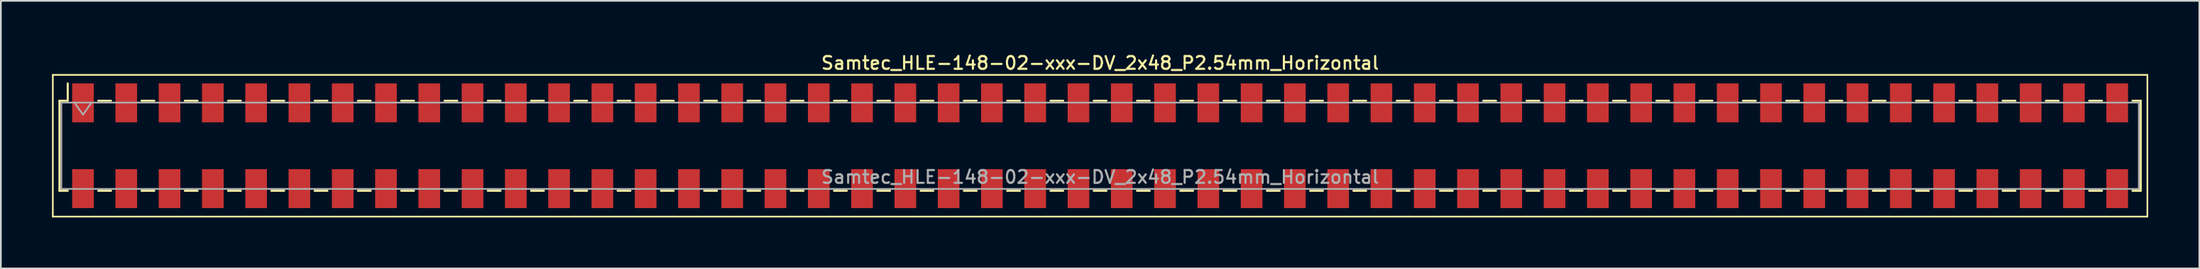
<source format=kicad_pcb>
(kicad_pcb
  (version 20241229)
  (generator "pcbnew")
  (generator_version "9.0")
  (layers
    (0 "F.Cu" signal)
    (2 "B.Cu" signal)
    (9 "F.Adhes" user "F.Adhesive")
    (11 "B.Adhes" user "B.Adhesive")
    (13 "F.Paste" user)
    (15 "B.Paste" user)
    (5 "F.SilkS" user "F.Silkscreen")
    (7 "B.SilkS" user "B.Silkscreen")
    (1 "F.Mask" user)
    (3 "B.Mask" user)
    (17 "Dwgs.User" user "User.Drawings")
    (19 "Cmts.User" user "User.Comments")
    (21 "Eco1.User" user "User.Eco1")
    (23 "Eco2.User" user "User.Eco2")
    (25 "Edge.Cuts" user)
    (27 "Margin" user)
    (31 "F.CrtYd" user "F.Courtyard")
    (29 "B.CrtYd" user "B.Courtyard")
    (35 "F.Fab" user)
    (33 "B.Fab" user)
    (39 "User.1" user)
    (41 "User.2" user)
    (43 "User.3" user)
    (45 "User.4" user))
  (footprint "Samtec_HLE-148-02-xxx-DV_2x48_P2.54mm_Horizontal"
    (layer "F.Cu")
    (at 61.51 5.528)
    (property "Reference" "Samtec_HLE-148-02-xxx-DV_2x48_P2.54mm_Horizontal" (at 0 -4.87 0) (layer "F.SilkS") (effects (font (size 0.75 0.75) (thickness 0.125))))
    (attr smd)
    (fp_line (start -61.46 -4.17) (end 61.46 -4.17) (stroke (width 0.1) (type solid)) (layer "F.SilkS"))
    (fp_line (start -61.46 4.17) (end -61.46 -4.17) (stroke (width 0.1) (type solid)) (layer "F.SilkS"))
    (fp_line (start -61.07 -2.65) (end -61.07 2.65) (stroke (width 0.12) (type solid)) (layer "F.SilkS"))
    (fp_line (start -61.07 2.65) (end -60.585 2.65) (stroke (width 0.12) (type solid)) (layer "F.SilkS"))
    (fp_line (start -60.585 -3.67) (end -60.585 -2.65) (stroke (width 0.12) (type solid)) (layer "F.SilkS"))
    (fp_line (start -60.585 -2.65) (end -61.07 -2.65) (stroke (width 0.12) (type solid)) (layer "F.SilkS"))
    (fp_line (start -58.795 -2.65) (end -58.045 -2.65) (stroke (width 0.12) (type solid)) (layer "F.SilkS"))
    (fp_line (start -58.795 2.65) (end -58.045 2.65) (stroke (width 0.12) (type solid)) (layer "F.SilkS"))
    (fp_line (start -56.255 -2.65) (end -55.505 -2.65) (stroke (width 0.12) (type solid)) (layer "F.SilkS"))
    (fp_line (start -56.255 2.65) (end -55.505 2.65) (stroke (width 0.12) (type solid)) (layer "F.SilkS"))
    (fp_line (start -53.715 -2.65) (end -52.965 -2.65) (stroke (width 0.12) (type solid)) (layer "F.SilkS"))
    (fp_line (start -53.715 2.65) (end -52.965 2.65) (stroke (width 0.12) (type solid)) (layer "F.SilkS"))
    (fp_line (start -51.175 -2.65) (end -50.425 -2.65) (stroke (width 0.12) (type solid)) (layer "F.SilkS"))
    (fp_line (start -51.175 2.65) (end -50.425 2.65) (stroke (width 0.12) (type solid)) (layer "F.SilkS"))
    (fp_line (start -48.635 -2.65) (end -47.885 -2.65) (stroke (width 0.12) (type solid)) (layer "F.SilkS"))
    (fp_line (start -48.635 2.65) (end -47.885 2.65) (stroke (width 0.12) (type solid)) (layer "F.SilkS"))
    (fp_line (start -46.095 -2.65) (end -45.345 -2.65) (stroke (width 0.12) (type solid)) (layer "F.SilkS"))
    (fp_line (start -46.095 2.65) (end -45.345 2.65) (stroke (width 0.12) (type solid)) (layer "F.SilkS"))
    (fp_line (start -43.555 -2.65) (end -42.805 -2.65) (stroke (width 0.12) (type solid)) (layer "F.SilkS"))
    (fp_line (start -43.555 2.65) (end -42.805 2.65) (stroke (width 0.12) (type solid)) (layer "F.SilkS"))
    (fp_line (start -41.015 -2.65) (end -40.265 -2.65) (stroke (width 0.12) (type solid)) (layer "F.SilkS"))
    (fp_line (start -41.015 2.65) (end -40.265 2.65) (stroke (width 0.12) (type solid)) (layer "F.SilkS"))
    (fp_line (start -38.475 -2.65) (end -37.725 -2.65) (stroke (width 0.12) (type solid)) (layer "F.SilkS"))
    (fp_line (start -38.475 2.65) (end -37.725 2.65) (stroke (width 0.12) (type solid)) (layer "F.SilkS"))
    (fp_line (start -35.935 -2.65) (end -35.185 -2.65) (stroke (width 0.12) (type solid)) (layer "F.SilkS"))
    (fp_line (start -35.935 2.65) (end -35.185 2.65) (stroke (width 0.12) (type solid)) (layer "F.SilkS"))
    (fp_line (start -33.395 -2.65) (end -32.645 -2.65) (stroke (width 0.12) (type solid)) (layer "F.SilkS"))
    (fp_line (start -33.395 2.65) (end -32.645 2.65) (stroke (width 0.12) (type solid)) (layer "F.SilkS"))
    (fp_line (start -30.855 -2.65) (end -30.105 -2.65) (stroke (width 0.12) (type solid)) (layer "F.SilkS"))
    (fp_line (start -30.855 2.65) (end -30.105 2.65) (stroke (width 0.12) (type solid)) (layer "F.SilkS"))
    (fp_line (start -28.315 -2.65) (end -27.565 -2.65) (stroke (width 0.12) (type solid)) (layer "F.SilkS"))
    (fp_line (start -28.315 2.65) (end -27.565 2.65) (stroke (width 0.12) (type solid)) (layer "F.SilkS"))
    (fp_line (start -25.775 -2.65) (end -25.025 -2.65) (stroke (width 0.12) (type solid)) (layer "F.SilkS"))
    (fp_line (start -25.775 2.65) (end -25.025 2.65) (stroke (width 0.12) (type solid)) (layer "F.SilkS"))
    (fp_line (start -23.235 -2.65) (end -22.485 -2.65) (stroke (width 0.12) (type solid)) (layer "F.SilkS"))
    (fp_line (start -23.235 2.65) (end -22.485 2.65) (stroke (width 0.12) (type solid)) (layer "F.SilkS"))
    (fp_line (start -20.695 -2.65) (end -19.945 -2.65) (stroke (width 0.12) (type solid)) (layer "F.SilkS"))
    (fp_line (start -20.695 2.65) (end -19.945 2.65) (stroke (width 0.12) (type solid)) (layer "F.SilkS"))
    (fp_line (start -18.155 -2.65) (end -17.405 -2.65) (stroke (width 0.12) (type solid)) (layer "F.SilkS"))
    (fp_line (start -18.155 2.65) (end -17.405 2.65) (stroke (width 0.12) (type solid)) (layer "F.SilkS"))
    (fp_line (start -15.615 -2.65) (end -14.865 -2.65) (stroke (width 0.12) (type solid)) (layer "F.SilkS"))
    (fp_line (start -15.615 2.65) (end -14.865 2.65) (stroke (width 0.12) (type solid)) (layer "F.SilkS"))
    (fp_line (start -13.075 -2.65) (end -12.325 -2.65) (stroke (width 0.12) (type solid)) (layer "F.SilkS"))
    (fp_line (start -13.075 2.65) (end -12.325 2.65) (stroke (width 0.12) (type solid)) (layer "F.SilkS"))
    (fp_line (start -10.535 -2.65) (end -9.785 -2.65) (stroke (width 0.12) (type solid)) (layer "F.SilkS"))
    (fp_line (start -10.535 2.65) (end -9.785 2.65) (stroke (width 0.12) (type solid)) (layer "F.SilkS"))
    (fp_line (start -7.995 -2.65) (end -7.245 -2.65) (stroke (width 0.12) (type solid)) (layer "F.SilkS"))
    (fp_line (start -7.995 2.65) (end -7.245 2.65) (stroke (width 0.12) (type solid)) (layer "F.SilkS"))
    (fp_line (start -5.455 -2.65) (end -4.705 -2.65) (stroke (width 0.12) (type solid)) (layer "F.SilkS"))
    (fp_line (start -5.455 2.65) (end -4.705 2.65) (stroke (width 0.12) (type solid)) (layer "F.SilkS"))
    (fp_line (start -2.915 -2.65) (end -2.165 -2.65) (stroke (width 0.12) (type solid)) (layer "F.SilkS"))
    (fp_line (start -2.915 2.65) (end -2.165 2.65) (stroke (width 0.12) (type solid)) (layer "F.SilkS"))
    (fp_line (start -0.375 -2.65) (end 0.375 -2.65) (stroke (width 0.12) (type solid)) (layer "F.SilkS"))
    (fp_line (start -0.375 2.65) (end 0.375 2.65) (stroke (width 0.12) (type solid)) (layer "F.SilkS"))
    (fp_line (start 2.165 -2.65) (end 2.915 -2.65) (stroke (width 0.12) (type solid)) (layer "F.SilkS"))
    (fp_line (start 2.165 2.65) (end 2.915 2.65) (stroke (width 0.12) (type solid)) (layer "F.SilkS"))
    (fp_line (start 4.705 -2.65) (end 5.455 -2.65) (stroke (width 0.12) (type solid)) (layer "F.SilkS"))
    (fp_line (start 4.705 2.65) (end 5.455 2.65) (stroke (width 0.12) (type solid)) (layer "F.SilkS"))
    (fp_line (start 7.245 -2.65) (end 7.995 -2.65) (stroke (width 0.12) (type solid)) (layer "F.SilkS"))
    (fp_line (start 7.245 2.65) (end 7.995 2.65) (stroke (width 0.12) (type solid)) (layer "F.SilkS"))
    (fp_line (start 9.785 -2.65) (end 10.535 -2.65) (stroke (width 0.12) (type solid)) (layer "F.SilkS"))
    (fp_line (start 9.785 2.65) (end 10.535 2.65) (stroke (width 0.12) (type solid)) (layer "F.SilkS"))
    (fp_line (start 12.325 -2.65) (end 13.075 -2.65) (stroke (width 0.12) (type solid)) (layer "F.SilkS"))
    (fp_line (start 12.325 2.65) (end 13.075 2.65) (stroke (width 0.12) (type solid)) (layer "F.SilkS"))
    (fp_line (start 14.865 -2.65) (end 15.615 -2.65) (stroke (width 0.12) (type solid)) (layer "F.SilkS"))
    (fp_line (start 14.865 2.65) (end 15.615 2.65) (stroke (width 0.12) (type solid)) (layer "F.SilkS"))
    (fp_line (start 17.405 -2.65) (end 18.155 -2.65) (stroke (width 0.12) (type solid)) (layer "F.SilkS"))
    (fp_line (start 17.405 2.65) (end 18.155 2.65) (stroke (width 0.12) (type solid)) (layer "F.SilkS"))
    (fp_line (start 19.945 -2.65) (end 20.695 -2.65) (stroke (width 0.12) (type solid)) (layer "F.SilkS"))
    (fp_line (start 19.945 2.65) (end 20.695 2.65) (stroke (width 0.12) (type solid)) (layer "F.SilkS"))
    (fp_line (start 22.485 -2.65) (end 23.235 -2.65) (stroke (width 0.12) (type solid)) (layer "F.SilkS"))
    (fp_line (start 22.485 2.65) (end 23.235 2.65) (stroke (width 0.12) (type solid)) (layer "F.SilkS"))
    (fp_line (start 25.025 -2.65) (end 25.775 -2.65) (stroke (width 0.12) (type solid)) (layer "F.SilkS"))
    (fp_line (start 25.025 2.65) (end 25.775 2.65) (stroke (width 0.12) (type solid)) (layer "F.SilkS"))
    (fp_line (start 27.565 -2.65) (end 28.315 -2.65) (stroke (width 0.12) (type solid)) (layer "F.SilkS"))
    (fp_line (start 27.565 2.65) (end 28.315 2.65) (stroke (width 0.12) (type solid)) (layer "F.SilkS"))
    (fp_line (start 30.105 -2.65) (end 30.855 -2.65) (stroke (width 0.12) (type solid)) (layer "F.SilkS"))
    (fp_line (start 30.105 2.65) (end 30.855 2.65) (stroke (width 0.12) (type solid)) (layer "F.SilkS"))
    (fp_line (start 32.645 -2.65) (end 33.395 -2.65) (stroke (width 0.12) (type solid)) (layer "F.SilkS"))
    (fp_line (start 32.645 2.65) (end 33.395 2.65) (stroke (width 0.12) (type solid)) (layer "F.SilkS"))
    (fp_line (start 35.185 -2.65) (end 35.935 -2.65) (stroke (width 0.12) (type solid)) (layer "F.SilkS"))
    (fp_line (start 35.185 2.65) (end 35.935 2.65) (stroke (width 0.12) (type solid)) (layer "F.SilkS"))
    (fp_line (start 37.725 -2.65) (end 38.475 -2.65) (stroke (width 0.12) (type solid)) (layer "F.SilkS"))
    (fp_line (start 37.725 2.65) (end 38.475 2.65) (stroke (width 0.12) (type solid)) (layer "F.SilkS"))
    (fp_line (start 40.265 -2.65) (end 41.015 -2.65) (stroke (width 0.12) (type solid)) (layer "F.SilkS"))
    (fp_line (start 40.265 2.65) (end 41.015 2.65) (stroke (width 0.12) (type solid)) (layer "F.SilkS"))
    (fp_line (start 42.805 -2.65) (end 43.555 -2.65) (stroke (width 0.12) (type solid)) (layer "F.SilkS"))
    (fp_line (start 42.805 2.65) (end 43.555 2.65) (stroke (width 0.12) (type solid)) (layer "F.SilkS"))
    (fp_line (start 45.345 -2.65) (end 46.095 -2.65) (stroke (width 0.12) (type solid)) (layer "F.SilkS"))
    (fp_line (start 45.345 2.65) (end 46.095 2.65) (stroke (width 0.12) (type solid)) (layer "F.SilkS"))
    (fp_line (start 47.885 -2.65) (end 48.635 -2.65) (stroke (width 0.12) (type solid)) (layer "F.SilkS"))
    (fp_line (start 47.885 2.65) (end 48.635 2.65) (stroke (width 0.12) (type solid)) (layer "F.SilkS"))
    (fp_line (start 50.425 -2.65) (end 51.175 -2.65) (stroke (width 0.12) (type solid)) (layer "F.SilkS"))
    (fp_line (start 50.425 2.65) (end 51.175 2.65) (stroke (width 0.12) (type solid)) (layer "F.SilkS"))
    (fp_line (start 52.965 -2.65) (end 53.715 -2.65) (stroke (width 0.12) (type solid)) (layer "F.SilkS"))
    (fp_line (start 52.965 2.65) (end 53.715 2.65) (stroke (width 0.12) (type solid)) (layer "F.SilkS"))
    (fp_line (start 55.505 -2.65) (end 56.255 -2.65) (stroke (width 0.12) (type solid)) (layer "F.SilkS"))
    (fp_line (start 55.505 2.65) (end 56.255 2.65) (stroke (width 0.12) (type solid)) (layer "F.SilkS"))
    (fp_line (start 58.045 -2.65) (end 58.795 -2.65) (stroke (width 0.12) (type solid)) (layer "F.SilkS"))
    (fp_line (start 58.045 2.65) (end 58.795 2.65) (stroke (width 0.12) (type solid)) (layer "F.SilkS"))
    (fp_line (start 60.585 -2.65) (end 61.07 -2.65) (stroke (width 0.12) (type solid)) (layer "F.SilkS"))
    (fp_line (start 61.07 -2.65) (end 61.07 2.65) (stroke (width 0.12) (type solid)) (layer "F.SilkS"))
    (fp_line (start 61.07 2.65) (end 60.585 2.65) (stroke (width 0.12) (type solid)) (layer "F.SilkS"))
    (fp_line (start 61.46 -4.17) (end 61.46 4.17) (stroke (width 0.1) (type solid)) (layer "F.SilkS"))
    (fp_line (start 61.46 4.17) (end -61.46 4.17) (stroke (width 0.1) (type solid)) (layer "F.SilkS"))
    (fp_line (start -60.96 -2.54) (end 60.96 -2.54) (stroke (width 0.1) (type solid)) (layer "F.Fab"))
    (fp_line (start -60.96 2.54) (end -60.96 -2.54) (stroke (width 0.1) (type solid)) (layer "F.Fab"))
    (fp_line (start -60.19 -2.54) (end -59.69 -1.833) (stroke (width 0.1) (type solid)) (layer "F.Fab"))
    (fp_line (start -59.69 -1.833) (end -59.19 -2.54) (stroke (width 0.1) (type solid)) (layer "F.Fab"))
    (fp_line (start 60.96 -2.54) (end 60.96 2.54) (stroke (width 0.1) (type solid)) (layer "F.Fab"))
    (fp_line (start 60.96 2.54) (end -60.96 2.54) (stroke (width 0.1) (type solid)) (layer "F.Fab"))
    (fp_text user "${REFERENCE}" (at 0 1.84 0) (layer "F.Fab") (effects (font (size 0.75 0.75) (thickness 0.125))))
    (pad "1" smd rect (at -59.69 -2.525) (size 1.27 2.29) (layers "F.Cu" "F.Mask" "F.Paste"))
    (pad "2" smd rect (at -59.69 2.525) (size 1.27 2.29) (layers "F.Cu" "F.Mask" "F.Paste"))
    (pad "3" smd rect (at -57.15 -2.525) (size 1.27 2.29) (layers "F.Cu" "F.Mask" "F.Paste"))
    (pad "4" smd rect (at -57.15 2.525) (size 1.27 2.29) (layers "F.Cu" "F.Mask" "F.Paste"))
    (pad "5" smd rect (at -54.61 -2.525) (size 1.27 2.29) (layers "F.Cu" "F.Mask" "F.Paste"))
    (pad "6" smd rect (at -54.61 2.525) (size 1.27 2.29) (layers "F.Cu" "F.Mask" "F.Paste"))
    (pad "7" smd rect (at -52.07 -2.525) (size 1.27 2.29) (layers "F.Cu" "F.Mask" "F.Paste"))
    (pad "8" smd rect (at -52.07 2.525) (size 1.27 2.29) (layers "F.Cu" "F.Mask" "F.Paste"))
    (pad "9" smd rect (at -49.53 -2.525) (size 1.27 2.29) (layers "F.Cu" "F.Mask" "F.Paste"))
    (pad "10" smd rect (at -49.53 2.525) (size 1.27 2.29) (layers "F.Cu" "F.Mask" "F.Paste"))
    (pad "11" smd rect (at -46.99 -2.525) (size 1.27 2.29) (layers "F.Cu" "F.Mask" "F.Paste"))
    (pad "12" smd rect (at -46.99 2.525) (size 1.27 2.29) (layers "F.Cu" "F.Mask" "F.Paste"))
    (pad "13" smd rect (at -44.45 -2.525) (size 1.27 2.29) (layers "F.Cu" "F.Mask" "F.Paste"))
    (pad "14" smd rect (at -44.45 2.525) (size 1.27 2.29) (layers "F.Cu" "F.Mask" "F.Paste"))
    (pad "15" smd rect (at -41.91 -2.525) (size 1.27 2.29) (layers "F.Cu" "F.Mask" "F.Paste"))
    (pad "16" smd rect (at -41.91 2.525) (size 1.27 2.29) (layers "F.Cu" "F.Mask" "F.Paste"))
    (pad "17" smd rect (at -39.37 -2.525) (size 1.27 2.29) (layers "F.Cu" "F.Mask" "F.Paste"))
    (pad "18" smd rect (at -39.37 2.525) (size 1.27 2.29) (layers "F.Cu" "F.Mask" "F.Paste"))
    (pad "19" smd rect (at -36.83 -2.525) (size 1.27 2.29) (layers "F.Cu" "F.Mask" "F.Paste"))
    (pad "20" smd rect (at -36.83 2.525) (size 1.27 2.29) (layers "F.Cu" "F.Mask" "F.Paste"))
    (pad "21" smd rect (at -34.29 -2.525) (size 1.27 2.29) (layers "F.Cu" "F.Mask" "F.Paste"))
    (pad "22" smd rect (at -34.29 2.525) (size 1.27 2.29) (layers "F.Cu" "F.Mask" "F.Paste"))
    (pad "23" smd rect (at -31.75 -2.525) (size 1.27 2.29) (layers "F.Cu" "F.Mask" "F.Paste"))
    (pad "24" smd rect (at -31.75 2.525) (size 1.27 2.29) (layers "F.Cu" "F.Mask" "F.Paste"))
    (pad "25" smd rect (at -29.21 -2.525) (size 1.27 2.29) (layers "F.Cu" "F.Mask" "F.Paste"))
    (pad "26" smd rect (at -29.21 2.525) (size 1.27 2.29) (layers "F.Cu" "F.Mask" "F.Paste"))
    (pad "27" smd rect (at -26.67 -2.525) (size 1.27 2.29) (layers "F.Cu" "F.Mask" "F.Paste"))
    (pad "28" smd rect (at -26.67 2.525) (size 1.27 2.29) (layers "F.Cu" "F.Mask" "F.Paste"))
    (pad "29" smd rect (at -24.13 -2.525) (size 1.27 2.29) (layers "F.Cu" "F.Mask" "F.Paste"))
    (pad "30" smd rect (at -24.13 2.525) (size 1.27 2.29) (layers "F.Cu" "F.Mask" "F.Paste"))
    (pad "31" smd rect (at -21.59 -2.525) (size 1.27 2.29) (layers "F.Cu" "F.Mask" "F.Paste"))
    (pad "32" smd rect (at -21.59 2.525) (size 1.27 2.29) (layers "F.Cu" "F.Mask" "F.Paste"))
    (pad "33" smd rect (at -19.05 -2.525) (size 1.27 2.29) (layers "F.Cu" "F.Mask" "F.Paste"))
    (pad "34" smd rect (at -19.05 2.525) (size 1.27 2.29) (layers "F.Cu" "F.Mask" "F.Paste"))
    (pad "35" smd rect (at -16.51 -2.525) (size 1.27 2.29) (layers "F.Cu" "F.Mask" "F.Paste"))
    (pad "36" smd rect (at -16.51 2.525) (size 1.27 2.29) (layers "F.Cu" "F.Mask" "F.Paste"))
    (pad "37" smd rect (at -13.97 -2.525) (size 1.27 2.29) (layers "F.Cu" "F.Mask" "F.Paste"))
    (pad "38" smd rect (at -13.97 2.525) (size 1.27 2.29) (layers "F.Cu" "F.Mask" "F.Paste"))
    (pad "39" smd rect (at -11.43 -2.525) (size 1.27 2.29) (layers "F.Cu" "F.Mask" "F.Paste"))
    (pad "40" smd rect (at -11.43 2.525) (size 1.27 2.29) (layers "F.Cu" "F.Mask" "F.Paste"))
    (pad "41" smd rect (at -8.89 -2.525) (size 1.27 2.29) (layers "F.Cu" "F.Mask" "F.Paste"))
    (pad "42" smd rect (at -8.89 2.525) (size 1.27 2.29) (layers "F.Cu" "F.Mask" "F.Paste"))
    (pad "43" smd rect (at -6.35 -2.525) (size 1.27 2.29) (layers "F.Cu" "F.Mask" "F.Paste"))
    (pad "44" smd rect (at -6.35 2.525) (size 1.27 2.29) (layers "F.Cu" "F.Mask" "F.Paste"))
    (pad "45" smd rect (at -3.81 -2.525) (size 1.27 2.29) (layers "F.Cu" "F.Mask" "F.Paste"))
    (pad "46" smd rect (at -3.81 2.525) (size 1.27 2.29) (layers "F.Cu" "F.Mask" "F.Paste"))
    (pad "47" smd rect (at -1.27 -2.525) (size 1.27 2.29) (layers "F.Cu" "F.Mask" "F.Paste"))
    (pad "48" smd rect (at -1.27 2.525) (size 1.27 2.29) (layers "F.Cu" "F.Mask" "F.Paste"))
    (pad "49" smd rect (at 1.27 -2.525) (size 1.27 2.29) (layers "F.Cu" "F.Mask" "F.Paste"))
    (pad "50" smd rect (at 1.27 2.525) (size 1.27 2.29) (layers "F.Cu" "F.Mask" "F.Paste"))
    (pad "51" smd rect (at 3.81 -2.525) (size 1.27 2.29) (layers "F.Cu" "F.Mask" "F.Paste"))
    (pad "52" smd rect (at 3.81 2.525) (size 1.27 2.29) (layers "F.Cu" "F.Mask" "F.Paste"))
    (pad "53" smd rect (at 6.35 -2.525) (size 1.27 2.29) (layers "F.Cu" "F.Mask" "F.Paste"))
    (pad "54" smd rect (at 6.35 2.525) (size 1.27 2.29) (layers "F.Cu" "F.Mask" "F.Paste"))
    (pad "55" smd rect (at 8.89 -2.525) (size 1.27 2.29) (layers "F.Cu" "F.Mask" "F.Paste"))
    (pad "56" smd rect (at 8.89 2.525) (size 1.27 2.29) (layers "F.Cu" "F.Mask" "F.Paste"))
    (pad "57" smd rect (at 11.43 -2.525) (size 1.27 2.29) (layers "F.Cu" "F.Mask" "F.Paste"))
    (pad "58" smd rect (at 11.43 2.525) (size 1.27 2.29) (layers "F.Cu" "F.Mask" "F.Paste"))
    (pad "59" smd rect (at 13.97 -2.525) (size 1.27 2.29) (layers "F.Cu" "F.Mask" "F.Paste"))
    (pad "60" smd rect (at 13.97 2.525) (size 1.27 2.29) (layers "F.Cu" "F.Mask" "F.Paste"))
    (pad "61" smd rect (at 16.51 -2.525) (size 1.27 2.29) (layers "F.Cu" "F.Mask" "F.Paste"))
    (pad "62" smd rect (at 16.51 2.525) (size 1.27 2.29) (layers "F.Cu" "F.Mask" "F.Paste"))
    (pad "63" smd rect (at 19.05 -2.525) (size 1.27 2.29) (layers "F.Cu" "F.Mask" "F.Paste"))
    (pad "64" smd rect (at 19.05 2.525) (size 1.27 2.29) (layers "F.Cu" "F.Mask" "F.Paste"))
    (pad "65" smd rect (at 21.59 -2.525) (size 1.27 2.29) (layers "F.Cu" "F.Mask" "F.Paste"))
    (pad "66" smd rect (at 21.59 2.525) (size 1.27 2.29) (layers "F.Cu" "F.Mask" "F.Paste"))
    (pad "67" smd rect (at 24.13 -2.525) (size 1.27 2.29) (layers "F.Cu" "F.Mask" "F.Paste"))
    (pad "68" smd rect (at 24.13 2.525) (size 1.27 2.29) (layers "F.Cu" "F.Mask" "F.Paste"))
    (pad "69" smd rect (at 26.67 -2.525) (size 1.27 2.29) (layers "F.Cu" "F.Mask" "F.Paste"))
    (pad "70" smd rect (at 26.67 2.525) (size 1.27 2.29) (layers "F.Cu" "F.Mask" "F.Paste"))
    (pad "71" smd rect (at 29.21 -2.525) (size 1.27 2.29) (layers "F.Cu" "F.Mask" "F.Paste"))
    (pad "72" smd rect (at 29.21 2.525) (size 1.27 2.29) (layers "F.Cu" "F.Mask" "F.Paste"))
    (pad "73" smd rect (at 31.75 -2.525) (size 1.27 2.29) (layers "F.Cu" "F.Mask" "F.Paste"))
    (pad "74" smd rect (at 31.75 2.525) (size 1.27 2.29) (layers "F.Cu" "F.Mask" "F.Paste"))
    (pad "75" smd rect (at 34.29 -2.525) (size 1.27 2.29) (layers "F.Cu" "F.Mask" "F.Paste"))
    (pad "76" smd rect (at 34.29 2.525) (size 1.27 2.29) (layers "F.Cu" "F.Mask" "F.Paste"))
    (pad "77" smd rect (at 36.83 -2.525) (size 1.27 2.29) (layers "F.Cu" "F.Mask" "F.Paste"))
    (pad "78" smd rect (at 36.83 2.525) (size 1.27 2.29) (layers "F.Cu" "F.Mask" "F.Paste"))
    (pad "79" smd rect (at 39.37 -2.525) (size 1.27 2.29) (layers "F.Cu" "F.Mask" "F.Paste"))
    (pad "80" smd rect (at 39.37 2.525) (size 1.27 2.29) (layers "F.Cu" "F.Mask" "F.Paste"))
    (pad "81" smd rect (at 41.91 -2.525) (size 1.27 2.29) (layers "F.Cu" "F.Mask" "F.Paste"))
    (pad "82" smd rect (at 41.91 2.525) (size 1.27 2.29) (layers "F.Cu" "F.Mask" "F.Paste"))
    (pad "83" smd rect (at 44.45 -2.525) (size 1.27 2.29) (layers "F.Cu" "F.Mask" "F.Paste"))
    (pad "84" smd rect (at 44.45 2.525) (size 1.27 2.29) (layers "F.Cu" "F.Mask" "F.Paste"))
    (pad "85" smd rect (at 46.99 -2.525) (size 1.27 2.29) (layers "F.Cu" "F.Mask" "F.Paste"))
    (pad "86" smd rect (at 46.99 2.525) (size 1.27 2.29) (layers "F.Cu" "F.Mask" "F.Paste"))
    (pad "87" smd rect (at 49.53 -2.525) (size 1.27 2.29) (layers "F.Cu" "F.Mask" "F.Paste"))
    (pad "88" smd rect (at 49.53 2.525) (size 1.27 2.29) (layers "F.Cu" "F.Mask" "F.Paste"))
    (pad "89" smd rect (at 52.07 -2.525) (size 1.27 2.29) (layers "F.Cu" "F.Mask" "F.Paste"))
    (pad "90" smd rect (at 52.07 2.525) (size 1.27 2.29) (layers "F.Cu" "F.Mask" "F.Paste"))
    (pad "91" smd rect (at 54.61 -2.525) (size 1.27 2.29) (layers "F.Cu" "F.Mask" "F.Paste"))
    (pad "92" smd rect (at 54.61 2.525) (size 1.27 2.29) (layers "F.Cu" "F.Mask" "F.Paste"))
    (pad "93" smd rect (at 57.15 -2.525) (size 1.27 2.29) (layers "F.Cu" "F.Mask" "F.Paste"))
    (pad "94" smd rect (at 57.15 2.525) (size 1.27 2.29) (layers "F.Cu" "F.Mask" "F.Paste"))
    (pad "95" smd rect (at 59.69 -2.525) (size 1.27 2.29) (layers "F.Cu" "F.Mask" "F.Paste"))
    (pad "96" smd rect (at 59.69 2.525) (size 1.27 2.29) (layers "F.Cu" "F.Mask" "F.Paste")))
  (gr_rect
    (start -3 -3)
    (end 126.02 12.748)
    (stroke (width 0.1) (type default))
    (fill no)
    (layer "Edge.Cuts")))
</source>
